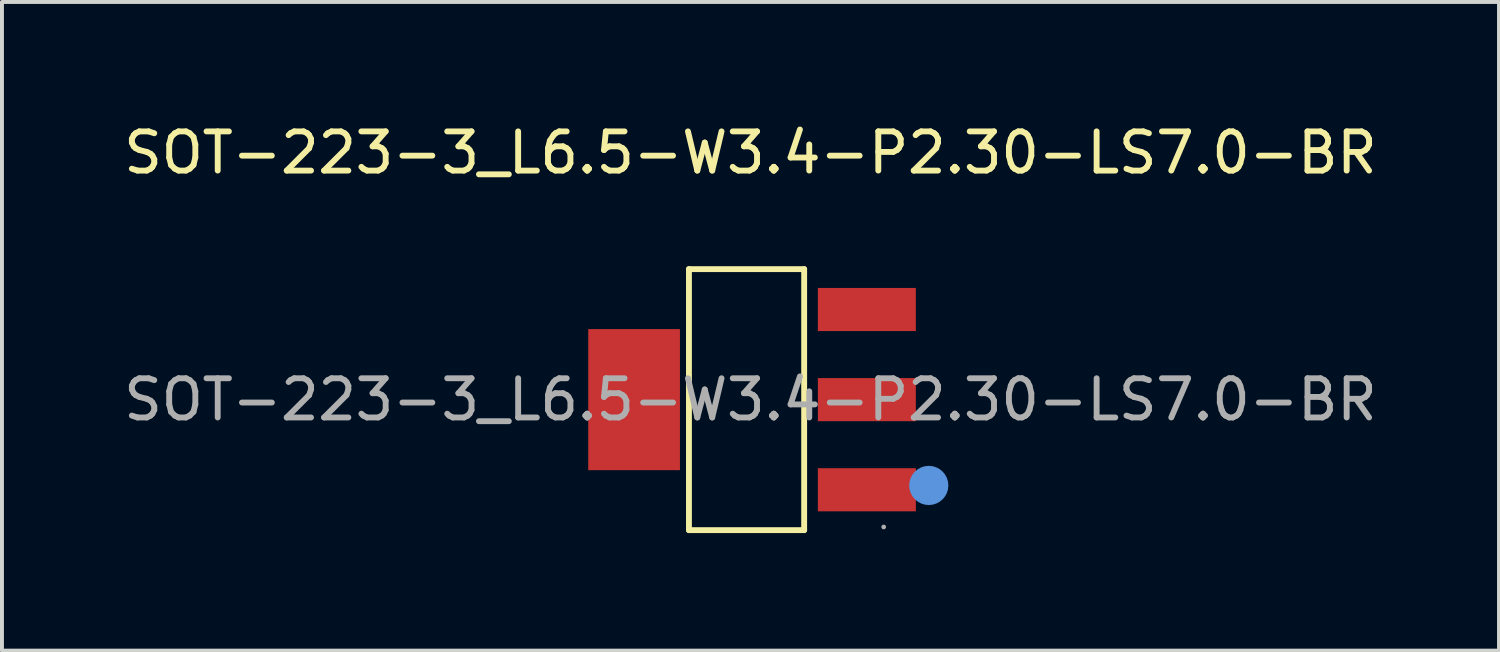
<source format=kicad_pcb>
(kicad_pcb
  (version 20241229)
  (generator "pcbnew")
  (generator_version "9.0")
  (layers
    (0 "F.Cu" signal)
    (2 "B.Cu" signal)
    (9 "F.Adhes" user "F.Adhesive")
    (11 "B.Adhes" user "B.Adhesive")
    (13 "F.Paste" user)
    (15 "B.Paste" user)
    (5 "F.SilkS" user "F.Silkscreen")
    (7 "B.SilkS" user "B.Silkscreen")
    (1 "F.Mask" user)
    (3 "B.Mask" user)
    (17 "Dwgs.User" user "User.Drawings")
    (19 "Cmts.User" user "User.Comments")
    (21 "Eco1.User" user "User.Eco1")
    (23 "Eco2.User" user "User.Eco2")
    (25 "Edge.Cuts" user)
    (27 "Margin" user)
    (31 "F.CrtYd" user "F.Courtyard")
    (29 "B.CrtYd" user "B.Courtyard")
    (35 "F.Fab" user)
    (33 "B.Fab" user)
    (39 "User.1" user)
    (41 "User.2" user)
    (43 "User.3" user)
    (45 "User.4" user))
  (footprint "SOT-223-3_L6.5-W3.4-P2.30-LS7.0-BR"
    (layer "F.Cu")
    (at 16.101 7.148)
    (property "Reference" "SOT-223-3_L6.5-W3.4-P2.30-LS7.0-BR" (at 0 -6.3 0) (layer "F.SilkS") (effects (font (size 1 1) (thickness 0.15))))
    (attr smd)
    (fp_line (start -1.57 -3.33) (end 1.37 -3.33) (stroke (width 0.15) (type solid)) (layer "F.SilkS"))
    (fp_line (start -1.57 3.33) (end -1.57 -3.33) (stroke (width 0.15) (type solid)) (layer "F.SilkS"))
    (fp_line (start 1.37 -3.33) (end 1.37 3.33) (stroke (width 0.15) (type solid)) (layer "F.SilkS"))
    (fp_line (start 1.37 3.33) (end -1.57 3.33) (stroke (width 0.15) (type solid)) (layer "F.SilkS"))
    (fp_circle (center 4.55 2.19) (end 4.8 2.19) (stroke (width 0.5) (type solid)) (fill no) (layer "Cmts.User"))
    (fp_circle (center 3.4 3.25) (end 3.43 3.25) (stroke (width 0.06) (type solid)) (fill no) (layer "F.Fab"))
    (fp_text user "${REFERENCE}" (at 0 0 0) (layer "F.Fab") (effects (font (size 1 1) (thickness 0.15))))
    (pad "1" smd rect (at 2.97 2.3) (size 2.5 1.1) (layers "F.Cu" "F.Mask" "F.Paste"))
    (pad "2" smd rect (at 2.97 0) (size 2.5 1.1) (layers "F.Cu" "F.Mask" "F.Paste"))
    (pad "3" smd rect (at 2.97 -2.3) (size 2.5 1.1) (layers "F.Cu" "F.Mask" "F.Paste"))
    (pad "4" smd rect (at -2.97 0) (size 2.34 3.6) (layers "F.Cu" "F.Mask" "F.Paste")))
  (gr_rect
    (start -3 -3)
    (end 35.202 13.553)
    (stroke (width 0.1) (type default))
    (fill no)
    (layer "Edge.Cuts")))
</source>
